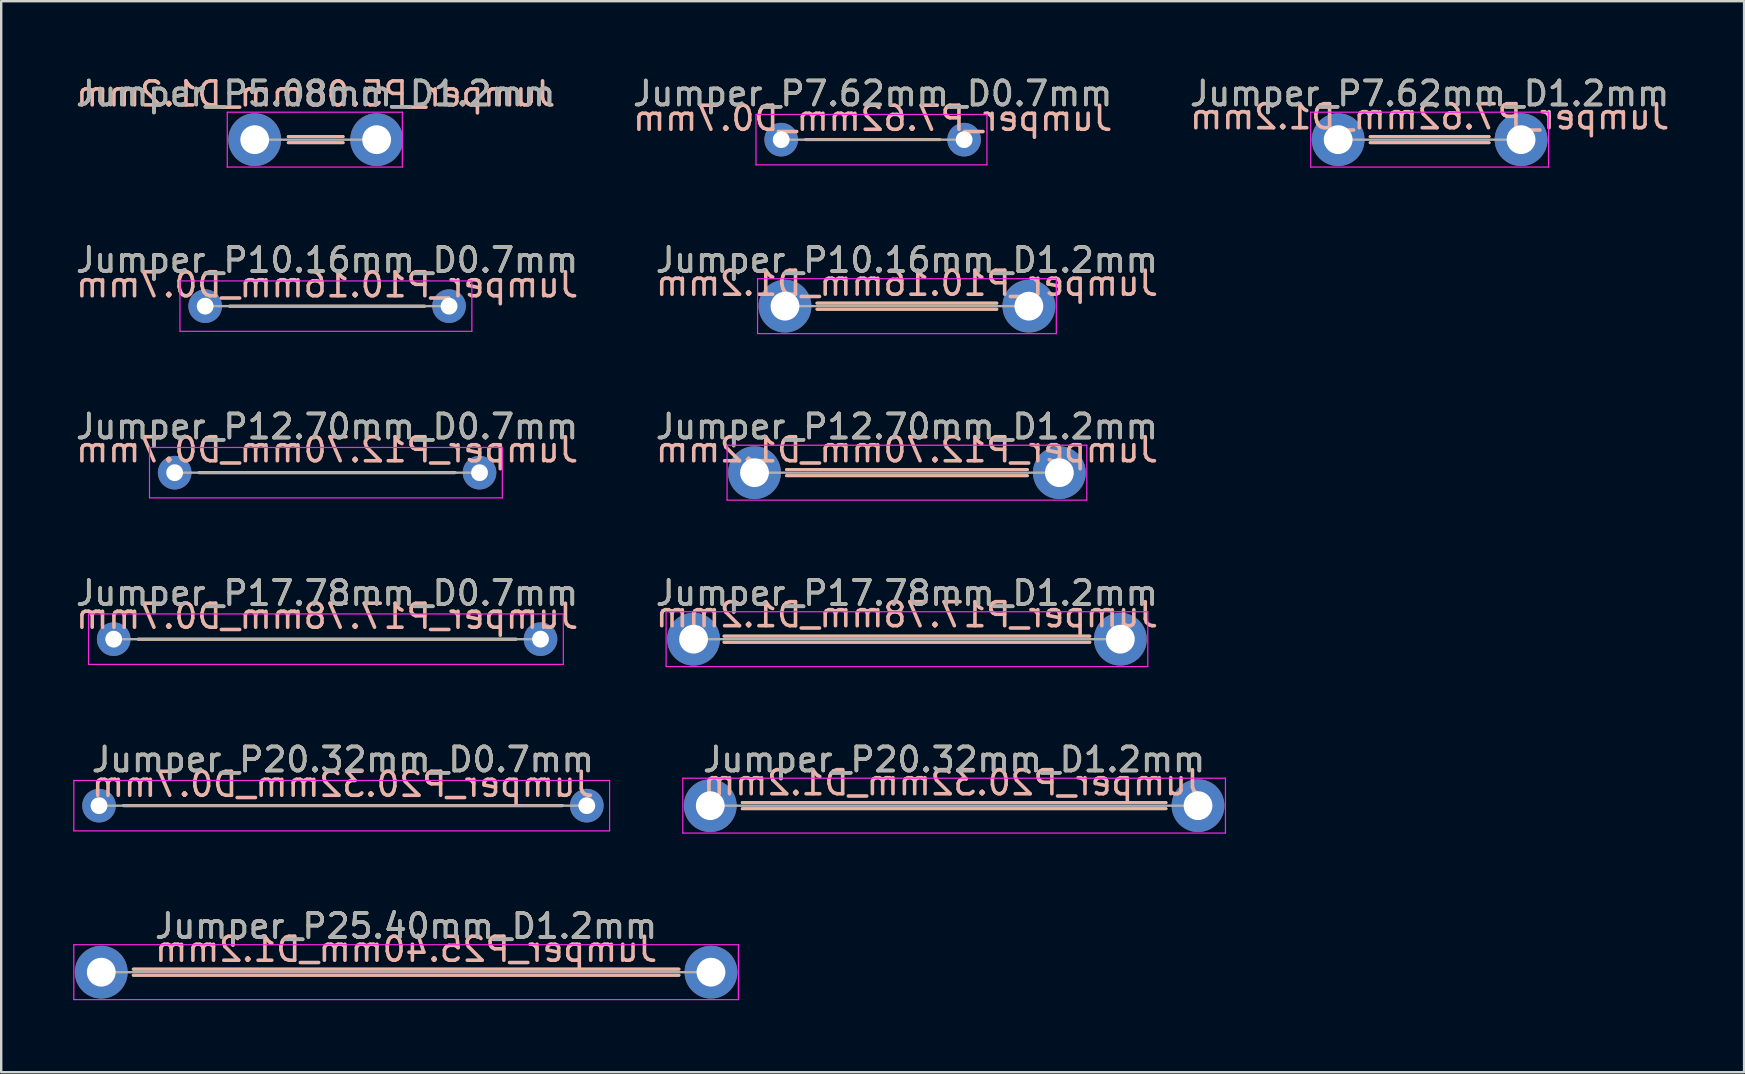
<source format=kicad_pcb>
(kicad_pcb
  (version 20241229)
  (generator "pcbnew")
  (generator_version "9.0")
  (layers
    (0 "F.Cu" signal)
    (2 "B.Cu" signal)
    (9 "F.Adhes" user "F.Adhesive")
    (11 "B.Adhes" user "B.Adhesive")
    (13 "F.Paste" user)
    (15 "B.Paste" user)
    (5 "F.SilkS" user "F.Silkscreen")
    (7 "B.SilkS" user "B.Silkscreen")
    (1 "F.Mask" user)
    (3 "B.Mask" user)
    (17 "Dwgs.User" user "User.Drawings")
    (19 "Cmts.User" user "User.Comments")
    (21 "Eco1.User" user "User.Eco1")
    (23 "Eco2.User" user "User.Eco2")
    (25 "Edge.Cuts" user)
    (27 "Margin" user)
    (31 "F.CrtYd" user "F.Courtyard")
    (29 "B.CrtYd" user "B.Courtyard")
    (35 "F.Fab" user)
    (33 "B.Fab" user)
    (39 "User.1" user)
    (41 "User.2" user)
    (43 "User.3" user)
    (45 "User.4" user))
  (footprint "Jumper_P20.32mm_D1.2mm"
    (layer "F.Cu")
    (at 26.538 30.513)
    (property "Reference" "Jumper_P20.32mm_D1.2mm" (at 10.16 -1.92 0) (layer "F.SilkS") (effects (font (size 1 1) (thickness 0.15))))
    (fp_line (start 1.333 -0.127) (end 18.986 -0.127) (stroke (width 0.12) (type solid)) (layer "F.SilkS"))
    (fp_line (start 1.333 0.127) (end 18.986 0.127) (stroke (width 0.12) (type solid)) (layer "F.SilkS"))
    (fp_line (start 1.333 0.127) (end 18.986 0.127) (stroke (width 0.12) (type solid)) (layer "B.SilkS"))
    (fp_line (start 18.986 -0.127) (end 1.333 -0.127) (stroke (width 0.12) (type solid)) (layer "B.SilkS"))
    (fp_line (start -1.143 -1.143) (end -1.143 1.143) (stroke (width 0.05) (type solid)) (layer "F.CrtYd"))
    (fp_line (start -1.143 1.143) (end 21.463 1.143) (stroke (width 0.05) (type solid)) (layer "F.CrtYd"))
    (fp_line (start 21.463 -1.143) (end -1.143 -1.143) (stroke (width 0.05) (type solid)) (layer "F.CrtYd"))
    (fp_line (start 21.463 1.143) (end 21.463 -1.143) (stroke (width 0.05) (type solid)) (layer "F.CrtYd"))
    (fp_line (start 0 0) (end 20.32 0) (stroke (width 0.1) (type solid)) (layer "F.Fab"))
    (fp_text user "${REFERENCE}" (at 10.16 -0.953 0) (layer "B.SilkS") (effects (font (size 1 1) (thickness 0.15)) (justify mirror)))
    (fp_text user "${REFERENCE}" (at 10.16 -1.92 0) (layer "F.Fab") (effects (font (size 1 1) (thickness 0.15))))
    (pad "1" thru_hole circle (at 0 0) (size 2.2 2.2) (drill 1.2) (layers "*.Cu" "*.Mask"))
    (pad "2" thru_hole oval (at 20.32 0) (size 2.2 2.2) (drill 1.2) (layers "*.Cu" "*.Mask")))
  (footprint "Jumper_P5.08mm_D1.2mm"
    (layer "F.Cu")
    (at 7.561 2.768)
    (property "Reference" "Jumper_P5.08mm_D1.2mm" (at 2.54 -1.92 0) (layer "F.SilkS") (effects (font (size 1 1) (thickness 0.15))))
    (fp_line (start 1.397 -0.127) (end 3.683 -0.127) (stroke (width 0.12) (type solid)) (layer "F.SilkS"))
    (fp_line (start 1.397 0.127) (end 3.683 0.127) (stroke (width 0.12) (type solid)) (layer "F.SilkS"))
    (fp_line (start 1.397 0.127) (end 3.683 0.127) (stroke (width 0.12) (type solid)) (layer "B.SilkS"))
    (fp_line (start 3.683 -0.127) (end 1.397 -0.127) (stroke (width 0.12) (type solid)) (layer "B.SilkS"))
    (fp_line (start -1.143 -1.143) (end -1.143 1.143) (stroke (width 0.05) (type solid)) (layer "F.CrtYd"))
    (fp_line (start -1.143 1.143) (end 6.15 1.143) (stroke (width 0.05) (type solid)) (layer "F.CrtYd"))
    (fp_line (start 6.15 -1.143) (end -1.143 -1.143) (stroke (width 0.05) (type solid)) (layer "F.CrtYd"))
    (fp_line (start 6.15 1.143) (end 6.15 -1.143) (stroke (width 0.05) (type solid)) (layer "F.CrtYd"))
    (fp_line (start 0 0) (end 5.08 0) (stroke (width 0.1) (type solid)) (layer "F.Fab"))
    (fp_text user "${REFERENCE}" (at 2.54 -1.905 0) (layer "B.SilkS") (effects (font (size 1 1) (thickness 0.15)) (justify mirror)))
    (fp_text user "${REFERENCE}" (at 2.54 -1.92 0) (layer "F.Fab") (effects (font (size 1 1) (thickness 0.15))))
    (pad "1" thru_hole circle (at 0 0) (size 2.2 2.2) (drill 1.2) (layers "*.Cu" "*.Mask"))
    (pad "2" thru_hole circle (at 5.08 0) (size 2.2 2.2) (drill 1.2) (layers "*.Cu" "*.Mask")))
  (footprint "Jumper_P10.16mm_D1.2mm"
    (layer "F.Cu")
    (at 29.652 9.704)
    (property "Reference" "Jumper_P10.16mm_D1.2mm" (at 5.08 -1.92 0) (layer "F.SilkS") (effects (font (size 1 1) (thickness 0.15))))
    (fp_line (start 1.333 -0.127) (end 8.826 -0.127) (stroke (width 0.12) (type solid)) (layer "F.SilkS"))
    (fp_line (start 1.333 0.127) (end 8.826 0.127) (stroke (width 0.12) (type solid)) (layer "F.SilkS"))
    (fp_line (start 1.333 0.127) (end 8.826 0.127) (stroke (width 0.12) (type solid)) (layer "B.SilkS"))
    (fp_line (start 8.826 -0.127) (end 1.333 -0.127) (stroke (width 0.12) (type solid)) (layer "B.SilkS"))
    (fp_line (start -1.143 -1.143) (end -1.143 1.143) (stroke (width 0.05) (type solid)) (layer "F.CrtYd"))
    (fp_line (start -1.143 1.143) (end 11.303 1.143) (stroke (width 0.05) (type solid)) (layer "F.CrtYd"))
    (fp_line (start 11.303 -1.143) (end -1.143 -1.143) (stroke (width 0.05) (type solid)) (layer "F.CrtYd"))
    (fp_line (start 11.303 1.143) (end 11.303 -1.143) (stroke (width 0.05) (type solid)) (layer "F.CrtYd"))
    (fp_line (start 0 0) (end 10.16 0) (stroke (width 0.1) (type solid)) (layer "F.Fab"))
    (fp_text user "${REFERENCE}" (at 5.08 -0.953 0) (layer "B.SilkS") (effects (font (size 1 1) (thickness 0.15)) (justify mirror)))
    (fp_text user "${REFERENCE}" (at 5.08 -1.92 0) (layer "F.Fab") (effects (font (size 1 1) (thickness 0.15))))
    (pad "1" thru_hole circle (at 0 0) (size 2.2 2.2) (drill 1.2) (layers "*.Cu" "*.Mask"))
    (pad "2" thru_hole oval (at 10.16 0) (size 2.2 2.2) (drill 1.2) (layers "*.Cu" "*.Mask")))
  (footprint "Jumper_P17.78mm_D1.2mm"
    (layer "F.Cu")
    (at 25.842 23.577)
    (property "Reference" "Jumper_P17.78mm_D1.2mm" (at 8.89 -1.92 0) (layer "F.SilkS") (effects (font (size 1 1) (thickness 0.15))))
    (fp_line (start 1.27 -0.127) (end 16.51 -0.127) (stroke (width 0.12) (type solid)) (layer "F.SilkS"))
    (fp_line (start 1.27 0.127) (end 16.51 0.127) (stroke (width 0.12) (type solid)) (layer "F.SilkS"))
    (fp_line (start 1.27 0.127) (end 16.51 0.127) (stroke (width 0.12) (type solid)) (layer "B.SilkS"))
    (fp_line (start 16.51 -0.127) (end 1.27 -0.127) (stroke (width 0.12) (type solid)) (layer "B.SilkS"))
    (fp_line (start -1.143 -1.143) (end -1.143 1.143) (stroke (width 0.05) (type solid)) (layer "F.CrtYd"))
    (fp_line (start -1.143 1.143) (end 18.923 1.143) (stroke (width 0.05) (type solid)) (layer "F.CrtYd"))
    (fp_line (start 18.923 -1.143) (end -1.143 -1.143) (stroke (width 0.05) (type solid)) (layer "F.CrtYd"))
    (fp_line (start 18.923 1.143) (end 18.923 -1.143) (stroke (width 0.05) (type solid)) (layer "F.CrtYd"))
    (fp_line (start 0 0) (end 17.78 0) (stroke (width 0.1) (type solid)) (layer "F.Fab"))
    (fp_text user "${REFERENCE}" (at 8.89 -1.016 0) (layer "B.SilkS") (effects (font (size 1 1) (thickness 0.15)) (justify mirror)))
    (fp_text user "${REFERENCE}" (at 8.89 -1.92 0) (layer "F.Fab") (effects (font (size 1 1) (thickness 0.15))))
    (pad "1" thru_hole circle (at 0 0) (size 2.2 2.2) (drill 1.2) (layers "*.Cu" "*.Mask"))
    (pad "2" thru_hole oval (at 17.78 0) (size 2.2 2.2) (drill 1.2) (layers "*.Cu" "*.Mask")))
  (footprint "Jumper_P25.40mm_D1.2mm"
    (layer "F.Cu")
    (at 1.168 37.45)
    (property "Reference" "Jumper_P25.40mm_D1.2mm" (at 12.7 -1.92 0) (layer "F.SilkS") (effects (font (size 1 1) (thickness 0.15))))
    (fp_line (start 1.333 -0.127) (end 24.067 -0.127) (stroke (width 0.12) (type solid)) (layer "F.SilkS"))
    (fp_line (start 1.333 0.127) (end 24.067 0.127) (stroke (width 0.12) (type solid)) (layer "F.SilkS"))
    (fp_line (start 1.333 0.127) (end 24.067 0.127) (stroke (width 0.12) (type solid)) (layer "B.SilkS"))
    (fp_line (start 24.067 -0.127) (end 1.333 -0.127) (stroke (width 0.12) (type solid)) (layer "B.SilkS"))
    (fp_line (start -1.143 -1.143) (end -1.143 1.143) (stroke (width 0.05) (type solid)) (layer "F.CrtYd"))
    (fp_line (start -1.143 1.143) (end 26.543 1.143) (stroke (width 0.05) (type solid)) (layer "F.CrtYd"))
    (fp_line (start 26.543 -1.143) (end -1.143 -1.143) (stroke (width 0.05) (type solid)) (layer "F.CrtYd"))
    (fp_line (start 26.543 1.143) (end 26.543 -1.143) (stroke (width 0.05) (type solid)) (layer "F.CrtYd"))
    (fp_line (start 0 0) (end 25.4 0) (stroke (width 0.1) (type solid)) (layer "F.Fab"))
    (fp_text user "${REFERENCE}" (at 12.7 -0.953 0) (layer "B.SilkS") (effects (font (size 1 1) (thickness 0.15)) (justify mirror)))
    (fp_text user "${REFERENCE}" (at 12.7 -1.92 0) (layer "F.Fab") (effects (font (size 1 1) (thickness 0.15))))
    (pad "1" thru_hole circle (at 0 0) (size 2.2 2.2) (drill 1.2) (layers "*.Cu" "*.Mask"))
    (pad "2" thru_hole oval (at 25.4 0) (size 2.2 2.2) (drill 1.2) (layers "*.Cu" "*.Mask")))
  (footprint "Jumper_P7.62mm_D1.2mm"
    (layer "F.Cu")
    (at 52.696 2.768)
    (property "Reference" "Jumper_P7.62mm_D1.2mm" (at 3.81 -1.92 0) (layer "F.SilkS") (effects (font (size 1 1) (thickness 0.15))))
    (fp_line (start 1.333 -0.127) (end 6.287 -0.127) (stroke (width 0.12) (type solid)) (layer "F.SilkS"))
    (fp_line (start 1.333 0.127) (end 6.287 0.127) (stroke (width 0.12) (type solid)) (layer "F.SilkS"))
    (fp_line (start 6.287 -0.127) (end 1.333 -0.127) (stroke (width 0.12) (type solid)) (layer "B.SilkS"))
    (fp_line (start 6.287 0.127) (end 1.333 0.127) (stroke (width 0.12) (type solid)) (layer "B.SilkS"))
    (fp_line (start -1.143 -1.143) (end -1.143 1.143) (stroke (width 0.05) (type solid)) (layer "F.CrtYd"))
    (fp_line (start -1.143 1.143) (end 8.763 1.143) (stroke (width 0.05) (type solid)) (layer "F.CrtYd"))
    (fp_line (start 8.763 -1.143) (end -1.143 -1.143) (stroke (width 0.05) (type solid)) (layer "F.CrtYd"))
    (fp_line (start 8.763 1.143) (end 8.763 -1.143) (stroke (width 0.05) (type solid)) (layer "F.CrtYd"))
    (fp_line (start 0 0) (end 7.62 0) (stroke (width 0.1) (type solid)) (layer "F.Fab"))
    (fp_text user "${REFERENCE}" (at 3.81 -0.953 0) (layer "B.SilkS") (effects (font (size 1 1) (thickness 0.15)) (justify mirror)))
    (fp_text user "${REFERENCE}" (at 3.81 -1.92 0) (layer "F.Fab") (effects (font (size 1 1) (thickness 0.15))))
    (pad "1" thru_hole circle (at 0 0) (size 2.2 2.2) (drill 1.2) (layers "*.Cu" "*.Mask"))
    (pad "2" thru_hole circle (at 7.62 0) (size 2.2 2.2) (drill 1.2) (layers "*.Cu" "*.Mask")))
  (footprint "Jumper_P12.70mm_D0.7mm"
    (layer "F.Cu")
    (at 4.227 16.641)
    (property "Reference" "Jumper_P12.70mm_D0.7mm" (at 6.35 -1.92 0) (layer "F.SilkS") (effects (font (size 1 1) (thickness 0.15))))
    (fp_line (start 1.016 0) (end 11.684 0) (stroke (width 0.12) (type solid)) (layer "F.SilkS"))
    (fp_line (start 11.684 0) (end 1.016 0) (stroke (width 0.12) (type solid)) (layer "B.SilkS"))
    (fp_line (start -1.05 -1.05) (end -1.05 1.05) (stroke (width 0.05) (type solid)) (layer "F.CrtYd"))
    (fp_line (start -1.05 1.05) (end 13.65 1.05) (stroke (width 0.05) (type solid)) (layer "F.CrtYd"))
    (fp_line (start 13.65 -1.05) (end -1.05 -1.05) (stroke (width 0.05) (type solid)) (layer "F.CrtYd"))
    (fp_line (start 13.65 1.05) (end 13.65 -1.05) (stroke (width 0.05) (type solid)) (layer "F.CrtYd"))
    (fp_line (start 0 0) (end 12.7 0) (stroke (width 0.1) (type solid)) (layer "F.Fab"))
    (fp_text user "${REFERENCE}" (at 6.35 -0.953 0) (layer "B.SilkS") (effects (font (size 1 1) (thickness 0.15)) (justify mirror)))
    (fp_text user "${REFERENCE}" (at 6.35 -1.92 0) (layer "F.Fab") (effects (font (size 1 1) (thickness 0.15))))
    (pad "1" thru_hole circle (at 0 0) (size 1.4 1.4) (drill 0.7) (layers "*.Cu" "*.Mask"))
    (pad "2" thru_hole oval (at 12.7 0) (size 1.4 1.4) (drill 0.7) (layers "*.Cu" "*.Mask")))
  (footprint "Jumper_P10.16mm_D0.7mm"
    (layer "F.Cu")
    (at 5.497 9.704)
    (property "Reference" "Jumper_P10.16mm_D0.7mm" (at 5.08 -1.92 0) (layer "F.SilkS") (effects (font (size 1 1) (thickness 0.15))))
    (fp_line (start 1.016 0) (end 9.144 0) (stroke (width 0.12) (type solid)) (layer "F.SilkS"))
    (fp_line (start 9.144 0) (end 1.016 0) (stroke (width 0.12) (type solid)) (layer "B.SilkS"))
    (fp_line (start -1.05 -1.05) (end -1.05 1.05) (stroke (width 0.05) (type solid)) (layer "F.CrtYd"))
    (fp_line (start -1.05 1.05) (end 11.11 1.05) (stroke (width 0.05) (type solid)) (layer "F.CrtYd"))
    (fp_line (start 11.11 -1.05) (end -1.05 -1.05) (stroke (width 0.05) (type solid)) (layer "F.CrtYd"))
    (fp_line (start 11.11 1.05) (end 11.11 -1.05) (stroke (width 0.05) (type solid)) (layer "F.CrtYd"))
    (fp_line (start 0 0) (end 10.16 0) (stroke (width 0.1) (type solid)) (layer "F.Fab"))
    (fp_text user "${REFERENCE}" (at 5.08 -0.889 0) (layer "B.SilkS") (effects (font (size 1 1) (thickness 0.15)) (justify mirror)))
    (fp_text user "${REFERENCE}" (at 5.08 -1.92 0) (layer "F.Fab") (effects (font (size 1 1) (thickness 0.15))))
    (pad "1" thru_hole circle (at 0 0) (size 1.4 1.4) (drill 0.7) (layers "*.Cu" "*.Mask"))
    (pad "2" thru_hole oval (at 10.16 0) (size 1.4 1.4) (drill 0.7) (layers "*.Cu" "*.Mask")))
  (footprint "Jumper_P17.78mm_D0.7mm"
    (layer "F.Cu")
    (at 1.687 23.577)
    (property "Reference" "Jumper_P17.78mm_D0.7mm" (at 8.89 -1.92 0) (layer "F.SilkS") (effects (font (size 1 1) (thickness 0.15))))
    (fp_line (start 1.016 0) (end 16.764 0) (stroke (width 0.12) (type solid)) (layer "F.SilkS"))
    (fp_line (start 1.016 0) (end 16.764 0) (stroke (width 0.12) (type solid)) (layer "B.SilkS"))
    (fp_line (start -1.05 -1.05) (end -1.05 1.05) (stroke (width 0.05) (type solid)) (layer "F.CrtYd"))
    (fp_line (start -1.05 1.05) (end 18.73 1.05) (stroke (width 0.05) (type solid)) (layer "F.CrtYd"))
    (fp_line (start 18.73 -1.05) (end -1.05 -1.05) (stroke (width 0.05) (type solid)) (layer "F.CrtYd"))
    (fp_line (start 18.73 1.05) (end 18.73 -1.05) (stroke (width 0.05) (type solid)) (layer "F.CrtYd"))
    (fp_line (start 0 0) (end 17.78 0) (stroke (width 0.1) (type solid)) (layer "F.Fab"))
    (fp_text user "${REFERENCE}" (at 8.89 -0.953 0) (layer "B.SilkS") (effects (font (size 1 1) (thickness 0.15)) (justify mirror)))
    (fp_text user "${REFERENCE}" (at 8.89 -1.92 0) (layer "F.Fab") (effects (font (size 1 1) (thickness 0.15))))
    (pad "1" thru_hole circle (at 0 0) (size 1.4 1.4) (drill 0.7) (layers "*.Cu" "*.Mask"))
    (pad "2" thru_hole oval (at 17.78 0) (size 1.4 1.4) (drill 0.7) (layers "*.Cu" "*.Mask")))
  (footprint "Jumper_P20.32mm_D0.7mm"
    (layer "F.Cu")
    (at 1.075 30.513)
    (property "Reference" "Jumper_P20.32mm_D0.7mm" (at 10.16 -1.92 0) (layer "F.SilkS") (effects (font (size 1 1) (thickness 0.15))))
    (fp_line (start 1.016 0) (end 19.304 0) (stroke (width 0.12) (type solid)) (layer "F.SilkS"))
    (fp_line (start 1.016 0) (end 19.304 0) (stroke (width 0.12) (type solid)) (layer "B.SilkS"))
    (fp_line (start -1.05 -1.05) (end -1.05 1.05) (stroke (width 0.05) (type solid)) (layer "F.CrtYd"))
    (fp_line (start -1.05 1.05) (end 21.27 1.05) (stroke (width 0.05) (type solid)) (layer "F.CrtYd"))
    (fp_line (start 21.27 -1.05) (end -1.05 -1.05) (stroke (width 0.05) (type solid)) (layer "F.CrtYd"))
    (fp_line (start 21.27 1.05) (end 21.27 -1.05) (stroke (width 0.05) (type solid)) (layer "F.CrtYd"))
    (fp_line (start 0 0) (end 20.32 0) (stroke (width 0.1) (type solid)) (layer "F.Fab"))
    (fp_text user "${REFERENCE}" (at 10.16 -0.889 0) (layer "B.SilkS") (effects (font (size 1 1) (thickness 0.15)) (justify mirror)))
    (fp_text user "${REFERENCE}" (at 10.16 -1.92 0) (layer "F.Fab") (effects (font (size 1 1) (thickness 0.15))))
    (pad "1" thru_hole circle (at 0 0) (size 1.4 1.4) (drill 0.7) (layers "*.Cu" "*.Mask"))
    (pad "2" thru_hole oval (at 20.32 0) (size 1.4 1.4) (drill 0.7) (layers "*.Cu" "*.Mask")))
  (footprint "Jumper_P7.62mm_D0.7mm"
    (layer "F.Cu")
    (at 29.494 2.768)
    (property "Reference" "Jumper_P7.62mm_D0.7mm" (at 3.81 -1.92 0) (layer "F.SilkS") (effects (font (size 1 1) (thickness 0.15))))
    (fp_line (start 1.016 0) (end 6.604 0) (stroke (width 0.12) (type solid)) (layer "F.SilkS"))
    (fp_line (start 6.604 0) (end 1.016 0) (stroke (width 0.12) (type solid)) (layer "B.SilkS"))
    (fp_line (start -1.05 -1.05) (end -1.05 1.05) (stroke (width 0.05) (type solid)) (layer "F.CrtYd"))
    (fp_line (start -1.05 1.05) (end 8.57 1.05) (stroke (width 0.05) (type solid)) (layer "F.CrtYd"))
    (fp_line (start 8.57 -1.05) (end -1.05 -1.05) (stroke (width 0.05) (type solid)) (layer "F.CrtYd"))
    (fp_line (start 8.57 1.05) (end 8.57 -1.05) (stroke (width 0.05) (type solid)) (layer "F.CrtYd"))
    (fp_line (start 0 0) (end 7.62 0) (stroke (width 0.1) (type solid)) (layer "F.Fab"))
    (fp_text user "${REFERENCE}" (at 3.81 -0.889 0) (layer "B.SilkS") (effects (font (size 1 1) (thickness 0.15)) (justify mirror)))
    (fp_text user "${REFERENCE}" (at 3.81 -1.92 0) (layer "F.Fab") (effects (font (size 1 1) (thickness 0.15))))
    (pad "1" thru_hole circle (at 0 0) (size 1.4 1.4) (drill 0.7) (layers "*.Cu" "*.Mask"))
    (pad "2" thru_hole oval (at 7.62 0) (size 1.4 1.4) (drill 0.7) (layers "*.Cu" "*.Mask")))
  (footprint "Jumper_P12.70mm_D1.2mm"
    (layer "F.Cu")
    (at 28.382 16.641)
    (property "Reference" "Jumper_P12.70mm_D1.2mm" (at 6.35 -1.92 0) (layer "F.SilkS") (effects (font (size 1 1) (thickness 0.15))))
    (fp_line (start 1.333 -0.127) (end 11.367 -0.127) (stroke (width 0.12) (type solid)) (layer "F.SilkS"))
    (fp_line (start 1.333 0.127) (end 11.367 0.127) (stroke (width 0.12) (type solid)) (layer "F.SilkS"))
    (fp_line (start 1.333 0.127) (end 11.367 0.127) (stroke (width 0.12) (type solid)) (layer "B.SilkS"))
    (fp_line (start 11.367 -0.127) (end 1.333 -0.127) (stroke (width 0.12) (type solid)) (layer "B.SilkS"))
    (fp_line (start -1.143 -1.143) (end -1.143 1.143) (stroke (width 0.05) (type solid)) (layer "F.CrtYd"))
    (fp_line (start -1.143 1.143) (end 13.843 1.143) (stroke (width 0.05) (type solid)) (layer "F.CrtYd"))
    (fp_line (start 13.843 -1.143) (end -1.143 -1.143) (stroke (width 0.05) (type solid)) (layer "F.CrtYd"))
    (fp_line (start 13.843 1.143) (end 13.843 -1.143) (stroke (width 0.05) (type solid)) (layer "F.CrtYd"))
    (fp_line (start 0 0) (end 12.7 0) (stroke (width 0.1) (type solid)) (layer "F.Fab"))
    (fp_text user "${REFERENCE}" (at 6.35 -0.953 0) (layer "B.SilkS") (effects (font (size 1 1) (thickness 0.15)) (justify mirror)))
    (fp_text user "${REFERENCE}" (at 6.35 -1.92 0) (layer "F.Fab") (effects (font (size 1 1) (thickness 0.15))))
    (pad "1" thru_hole circle (at 0 0) (size 2.2 2.2) (drill 1.2) (layers "*.Cu" "*.Mask"))
    (pad "2" thru_hole oval (at 12.7 0) (size 2.2 2.2) (drill 1.2) (layers "*.Cu" "*.Mask")))
  (gr_rect
    (start -3 -3)
    (end 69.607 41.617)
    (stroke (width 0.1) (type default))
    (fill no)
    (layer "Edge.Cuts")))
</source>
